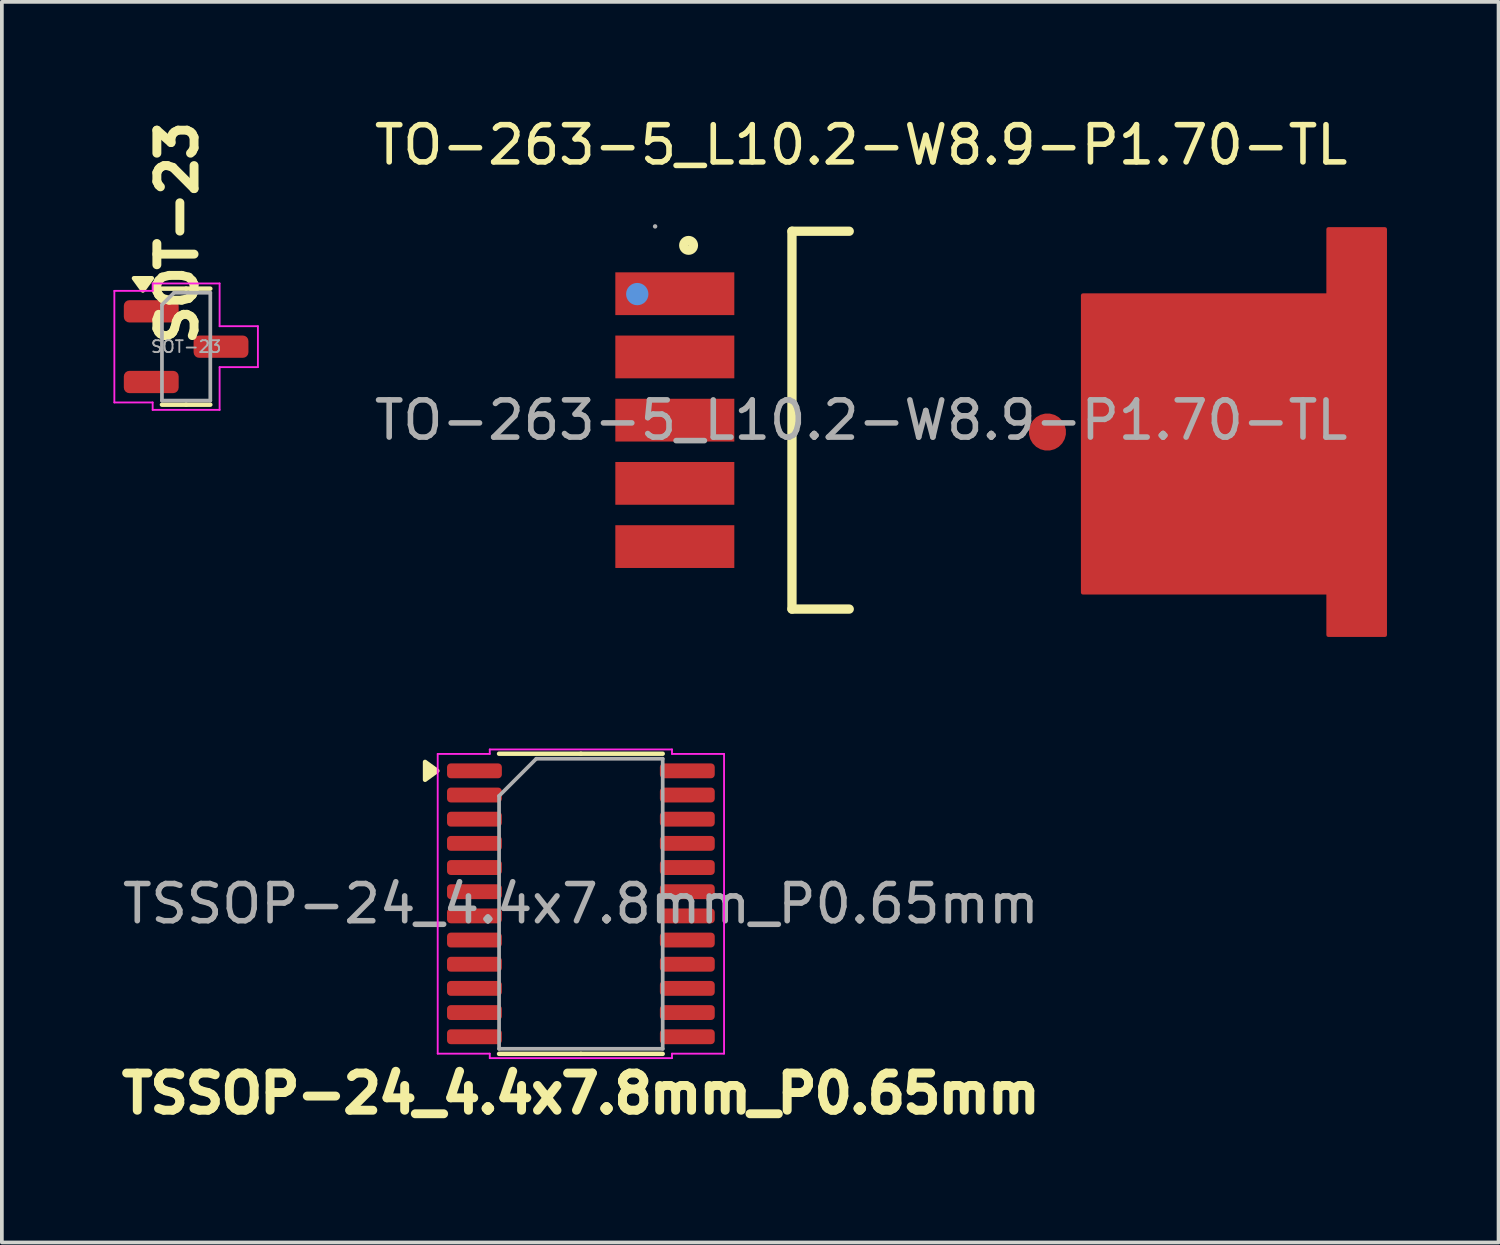
<source format=kicad_pcb>
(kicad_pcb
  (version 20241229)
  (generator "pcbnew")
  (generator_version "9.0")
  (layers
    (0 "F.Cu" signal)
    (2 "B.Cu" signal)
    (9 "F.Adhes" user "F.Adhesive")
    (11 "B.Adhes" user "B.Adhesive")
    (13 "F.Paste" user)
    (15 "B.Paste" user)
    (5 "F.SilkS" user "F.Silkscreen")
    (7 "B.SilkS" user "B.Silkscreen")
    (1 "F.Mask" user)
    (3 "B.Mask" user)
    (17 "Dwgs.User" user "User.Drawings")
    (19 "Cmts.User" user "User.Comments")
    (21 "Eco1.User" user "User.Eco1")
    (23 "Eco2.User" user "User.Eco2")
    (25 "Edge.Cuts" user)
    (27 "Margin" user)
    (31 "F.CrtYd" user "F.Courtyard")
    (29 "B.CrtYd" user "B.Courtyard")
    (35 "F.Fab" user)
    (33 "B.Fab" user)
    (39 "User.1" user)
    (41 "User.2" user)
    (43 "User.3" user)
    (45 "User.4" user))
  (footprint "TSSOP-24_4.4x7.8mm_P0.65mm"
    (layer "F.Cu")
    (at 12.57 21.253)
    (property "Reference" "TSSOP-24_4.4x7.8mm_P0.65mm" (at 0 5.101 0) (layer "F.SilkS") (effects (font (size 1 1) (thickness 0.24))))
    (attr smd)
    (fp_line (start 0 -4.035) (end -2.2 -4.035) (stroke (width 0.12) (type solid)) (layer "F.SilkS"))
    (fp_line (start 0 -4.035) (end 2.2 -4.035) (stroke (width 0.12) (type solid)) (layer "F.SilkS"))
    (fp_line (start 0 4.035) (end -2.2 4.035) (stroke (width 0.12) (type solid)) (layer "F.SilkS"))
    (fp_line (start 0 4.035) (end 2.2 4.035) (stroke (width 0.12) (type solid)) (layer "F.SilkS"))
    (fp_poly (pts (xy -3.86 -3.575) (xy -4.19 -3.335) (xy -4.19 -3.815)) (stroke (width 0.12) (type solid)) (fill yes) (layer "F.SilkS"))
    (fp_line (start -3.85 -4.03) (end -2.45 -4.03) (stroke (width 0.05) (type solid)) (layer "F.CrtYd"))
    (fp_line (start -3.85 4.03) (end -3.85 -4.03) (stroke (width 0.05) (type solid)) (layer "F.CrtYd"))
    (fp_line (start -2.45 -4.15) (end 2.45 -4.15) (stroke (width 0.05) (type solid)) (layer "F.CrtYd"))
    (fp_line (start -2.45 -4.03) (end -2.45 -4.15) (stroke (width 0.05) (type solid)) (layer "F.CrtYd"))
    (fp_line (start -2.45 4.03) (end -3.85 4.03) (stroke (width 0.05) (type solid)) (layer "F.CrtYd"))
    (fp_line (start -2.45 4.15) (end -2.45 4.03) (stroke (width 0.05) (type solid)) (layer "F.CrtYd"))
    (fp_line (start 2.45 -4.15) (end 2.45 -4.03) (stroke (width 0.05) (type solid)) (layer "F.CrtYd"))
    (fp_line (start 2.45 -4.03) (end 3.85 -4.03) (stroke (width 0.05) (type solid)) (layer "F.CrtYd"))
    (fp_line (start 2.45 4.03) (end 2.45 4.15) (stroke (width 0.05) (type solid)) (layer "F.CrtYd"))
    (fp_line (start 2.45 4.15) (end -2.45 4.15) (stroke (width 0.05) (type solid)) (layer "F.CrtYd"))
    (fp_line (start 3.85 -4.03) (end 3.85 4.03) (stroke (width 0.05) (type solid)) (layer "F.CrtYd"))
    (fp_line (start 3.85 4.03) (end 2.45 4.03) (stroke (width 0.05) (type solid)) (layer "F.CrtYd"))
    (fp_line (start -2.2 -2.9) (end -1.2 -3.9) (stroke (width 0.1) (type solid)) (layer "F.Fab"))
    (fp_line (start -2.2 3.9) (end -2.2 -2.9) (stroke (width 0.1) (type solid)) (layer "F.Fab"))
    (fp_line (start -1.2 -3.9) (end 2.2 -3.9) (stroke (width 0.1) (type solid)) (layer "F.Fab"))
    (fp_line (start 2.2 -3.9) (end 2.2 3.9) (stroke (width 0.1) (type solid)) (layer "F.Fab"))
    (fp_line (start 2.2 3.9) (end -2.2 3.9) (stroke (width 0.1) (type solid)) (layer "F.Fab"))
    (fp_text user "${REFERENCE}" (at 0 0 0) (layer "F.Fab") (effects (font (size 1 1) (thickness 0.15))))
    (pad "1" smd roundrect (at -2.862 -3.575) (size 1.475 0.4) (layers "F.Cu" "F.Mask" "F.Paste") (roundrect_rratio 0.25))
    (pad "2" smd roundrect (at -2.862 -2.925) (size 1.475 0.4) (layers "F.Cu" "F.Mask" "F.Paste") (roundrect_rratio 0.25))
    (pad "3" smd roundrect (at -2.862 -2.275) (size 1.475 0.4) (layers "F.Cu" "F.Mask" "F.Paste") (roundrect_rratio 0.25))
    (pad "4" smd roundrect (at -2.862 -1.625) (size 1.475 0.4) (layers "F.Cu" "F.Mask" "F.Paste") (roundrect_rratio 0.25))
    (pad "5" smd roundrect (at -2.862 -0.975) (size 1.475 0.4) (layers "F.Cu" "F.Mask" "F.Paste") (roundrect_rratio 0.25))
    (pad "6" smd roundrect (at -2.862 -0.325) (size 1.475 0.4) (layers "F.Cu" "F.Mask" "F.Paste") (roundrect_rratio 0.25))
    (pad "7" smd roundrect (at -2.862 0.325) (size 1.475 0.4) (layers "F.Cu" "F.Mask" "F.Paste") (roundrect_rratio 0.25))
    (pad "8" smd roundrect (at -2.862 0.975) (size 1.475 0.4) (layers "F.Cu" "F.Mask" "F.Paste") (roundrect_rratio 0.25))
    (pad "9" smd roundrect (at -2.862 1.625) (size 1.475 0.4) (layers "F.Cu" "F.Mask" "F.Paste") (roundrect_rratio 0.25))
    (pad "10" smd roundrect (at -2.862 2.275) (size 1.475 0.4) (layers "F.Cu" "F.Mask" "F.Paste") (roundrect_rratio 0.25))
    (pad "11" smd roundrect (at -2.862 2.925) (size 1.475 0.4) (layers "F.Cu" "F.Mask" "F.Paste") (roundrect_rratio 0.25))
    (pad "12" smd roundrect (at -2.862 3.575) (size 1.475 0.4) (layers "F.Cu" "F.Mask" "F.Paste") (roundrect_rratio 0.25))
    (pad "13" smd roundrect (at 2.862 3.575) (size 1.475 0.4) (layers "F.Cu" "F.Mask" "F.Paste") (roundrect_rratio 0.25))
    (pad "14" smd roundrect (at 2.862 2.925) (size 1.475 0.4) (layers "F.Cu" "F.Mask" "F.Paste") (roundrect_rratio 0.25))
    (pad "15" smd roundrect (at 2.862 2.275) (size 1.475 0.4) (layers "F.Cu" "F.Mask" "F.Paste") (roundrect_rratio 0.25))
    (pad "16" smd roundrect (at 2.862 1.625) (size 1.475 0.4) (layers "F.Cu" "F.Mask" "F.Paste") (roundrect_rratio 0.25))
    (pad "17" smd roundrect (at 2.862 0.975) (size 1.475 0.4) (layers "F.Cu" "F.Mask" "F.Paste") (roundrect_rratio 0.25))
    (pad "18" smd roundrect (at 2.862 0.325) (size 1.475 0.4) (layers "F.Cu" "F.Mask" "F.Paste") (roundrect_rratio 0.25))
    (pad "19" smd roundrect (at 2.862 -0.325) (size 1.475 0.4) (layers "F.Cu" "F.Mask" "F.Paste") (roundrect_rratio 0.25))
    (pad "20" smd roundrect (at 2.862 -0.975) (size 1.475 0.4) (layers "F.Cu" "F.Mask" "F.Paste") (roundrect_rratio 0.25))
    (pad "21" smd roundrect (at 2.862 -1.625) (size 1.475 0.4) (layers "F.Cu" "F.Mask" "F.Paste") (roundrect_rratio 0.25))
    (pad "22" smd roundrect (at 2.862 -2.275) (size 1.475 0.4) (layers "F.Cu" "F.Mask" "F.Paste") (roundrect_rratio 0.25))
    (pad "23" smd roundrect (at 2.862 -2.925) (size 1.475 0.4) (layers "F.Cu" "F.Mask" "F.Paste") (roundrect_rratio 0.25))
    (pad "24" smd roundrect (at 2.862 -3.575) (size 1.475 0.4) (layers "F.Cu" "F.Mask" "F.Paste") (roundrect_rratio 0.25)))
  (footprint "SOT-23"
    (layer "F.Cu")
    (at 1.955 6.272)
    (property "Reference" "SOT-23" (at -0.237 -3.06 270) (layer "F.SilkS") (effects (font (size 1 1) (thickness 0.24))))
    (attr smd)
    (fp_line (start 0 -1.56) (end -0.65 -1.56) (stroke (width 0.12) (type solid)) (layer "F.SilkS"))
    (fp_line (start 0 -1.56) (end 0.65 -1.56) (stroke (width 0.12) (type solid)) (layer "F.SilkS"))
    (fp_line (start 0 1.56) (end -0.65 1.56) (stroke (width 0.12) (type solid)) (layer "F.SilkS"))
    (fp_line (start 0 1.56) (end 0.65 1.56) (stroke (width 0.12) (type solid)) (layer "F.SilkS"))
    (fp_poly (pts (xy -1.163 -1.51) (xy -1.403 -1.84) (xy -0.922 -1.84)) (stroke (width 0.12) (type solid)) (fill yes) (layer "F.SilkS"))
    (fp_line (start -1.93 -1.5) (end -0.9 -1.5) (stroke (width 0.05) (type solid)) (layer "F.CrtYd"))
    (fp_line (start -1.93 1.5) (end -1.93 -1.5) (stroke (width 0.05) (type solid)) (layer "F.CrtYd"))
    (fp_line (start -0.9 -1.7) (end 0.9 -1.7) (stroke (width 0.05) (type solid)) (layer "F.CrtYd"))
    (fp_line (start -0.9 1.7) (end -0.9 1.5) (stroke (width 0.05) (type solid)) (layer "F.CrtYd"))
    (fp_line (start -0.9 -1.5) (end -0.9 -1.7) (stroke (width 0.05) (type solid)) (layer "F.CrtYd"))
    (fp_line (start -0.9 1.5) (end -1.93 1.5) (stroke (width 0.05) (type solid)) (layer "F.CrtYd"))
    (fp_line (start 0.9 -0.55) (end 1.93 -0.55) (stroke (width 0.05) (type solid)) (layer "F.CrtYd"))
    (fp_line (start 0.9 0.55) (end 0.9 1.7) (stroke (width 0.05) (type solid)) (layer "F.CrtYd"))
    (fp_line (start 0.9 -1.7) (end 0.9 -0.55) (stroke (width 0.05) (type solid)) (layer "F.CrtYd"))
    (fp_line (start 0.9 1.7) (end -0.9 1.7) (stroke (width 0.05) (type solid)) (layer "F.CrtYd"))
    (fp_line (start 1.93 -0.55) (end 1.93 0.55) (stroke (width 0.05) (type solid)) (layer "F.CrtYd"))
    (fp_line (start 1.93 0.55) (end 0.9 0.55) (stroke (width 0.05) (type solid)) (layer "F.CrtYd"))
    (fp_line (start -0.65 -1.125) (end -0.325 -1.45) (stroke (width 0.1) (type solid)) (layer "F.Fab"))
    (fp_line (start -0.65 1.45) (end -0.65 -1.125) (stroke (width 0.1) (type solid)) (layer "F.Fab"))
    (fp_line (start -0.325 -1.45) (end 0.65 -1.45) (stroke (width 0.1) (type solid)) (layer "F.Fab"))
    (fp_line (start 0.65 -1.45) (end 0.65 1.45) (stroke (width 0.1) (type solid)) (layer "F.Fab"))
    (fp_line (start 0.65 1.45) (end -0.65 1.45) (stroke (width 0.1) (type solid)) (layer "F.Fab"))
    (fp_text user "${REFERENCE}" (at 0 0 0) (layer "F.Fab") (effects (font (size 0.32 0.32) (thickness 0.05))))
    (pad "1" smd roundrect (at -0.938 -0.95) (size 1.475 0.6) (layers "F.Cu" "F.Mask" "F.Paste") (roundrect_rratio 0.25))
    (pad "2" smd roundrect (at -0.938 0.95) (size 1.475 0.6) (layers "F.Cu" "F.Mask" "F.Paste") (roundrect_rratio 0.25))
    (pad "3" smd roundrect (at 0.938 0) (size 1.475 0.6) (layers "F.Cu" "F.Mask" "F.Paste") (roundrect_rratio 0.25)))
  (footprint "TO-263-5_L10.2-W8.9-P1.70-TL"
    (layer "F.Cu")
    (at 20.106 8.248)
    (property "Reference" "TO-263-5_L10.2-W8.9-P1.70-TL" (at 0 -7.4 0) (layer "F.SilkS") (effects (font (size 1 1) (thickness 0.15))))
    (attr smd)
    (fp_line (start -1.86 -5.08) (end -0.32 -5.08) (stroke (width 0.25) (type solid)) (layer "F.SilkS"))
    (fp_line (start -1.86 5.08) (end -1.86 -5.08) (stroke (width 0.25) (type solid)) (layer "F.SilkS"))
    (fp_line (start -0.32 5.08) (end -1.86 5.08) (stroke (width 0.25) (type solid)) (layer "F.SilkS"))
    (fp_circle (center -4.64 -4.7) (end -4.51 -4.7) (stroke (width 0.25) (type solid)) (fill no) (layer "F.SilkS"))
    (fp_circle (center -6.02 -3.39) (end -5.87 -3.39) (stroke (width 0.3) (type solid)) (fill no) (layer "Cmts.User"))
    (fp_circle (center -5.54 -5.21) (end -5.51 -5.21) (stroke (width 0.06) (type solid)) (fill no) (layer "F.Fab"))
    (fp_text user "${REFERENCE}" (at 0 0 0) (layer "F.Fab") (effects (font (size 1 1) (thickness 0.15))))
    (pad "1" smd rect (at -5.01 -3.4) (size 3.2 1.15) (layers "F.Cu" "F.Mask" "F.Paste"))
    (pad "2" smd rect (at -5.01 -1.7) (size 3.2 1.15) (layers "F.Cu" "F.Mask" "F.Paste"))
    (pad "3" smd rect (at -5.01 0) (size 3.2 1.15) (layers "F.Cu" "F.Mask" "F.Paste"))
    (pad "4" smd rect (at -5.01 1.7) (size 3.2 1.15) (layers "F.Cu" "F.Mask" "F.Paste"))
    (pad "5" smd rect (at -5.01 3.4) (size 3.2 1.15) (layers "F.Cu" "F.Mask" "F.Paste"))
    (pad "6" smd custom (at 5.01 0.32) (size 1 1) (layers "F.Cu" "F.Mask" "F.Paste") (options (anchor circle)) (primitives (gr_poly (pts (xy 0.95 -3.68) (xy 7.55 -3.68) (xy 7.55 -5.46) (xy 9.08 -5.46) (xy 9.08 5.46) (xy 7.55 5.46) (xy 7.55 4.32) (xy 0.95 4.32)) (width 0.1) (fill yes)))))
  (gr_rect
    (start -3 -3)
    (end 37.246 30.36)
    (stroke (width 0.1) (type default))
    (fill no)
    (layer "Edge.Cuts")))
</source>
